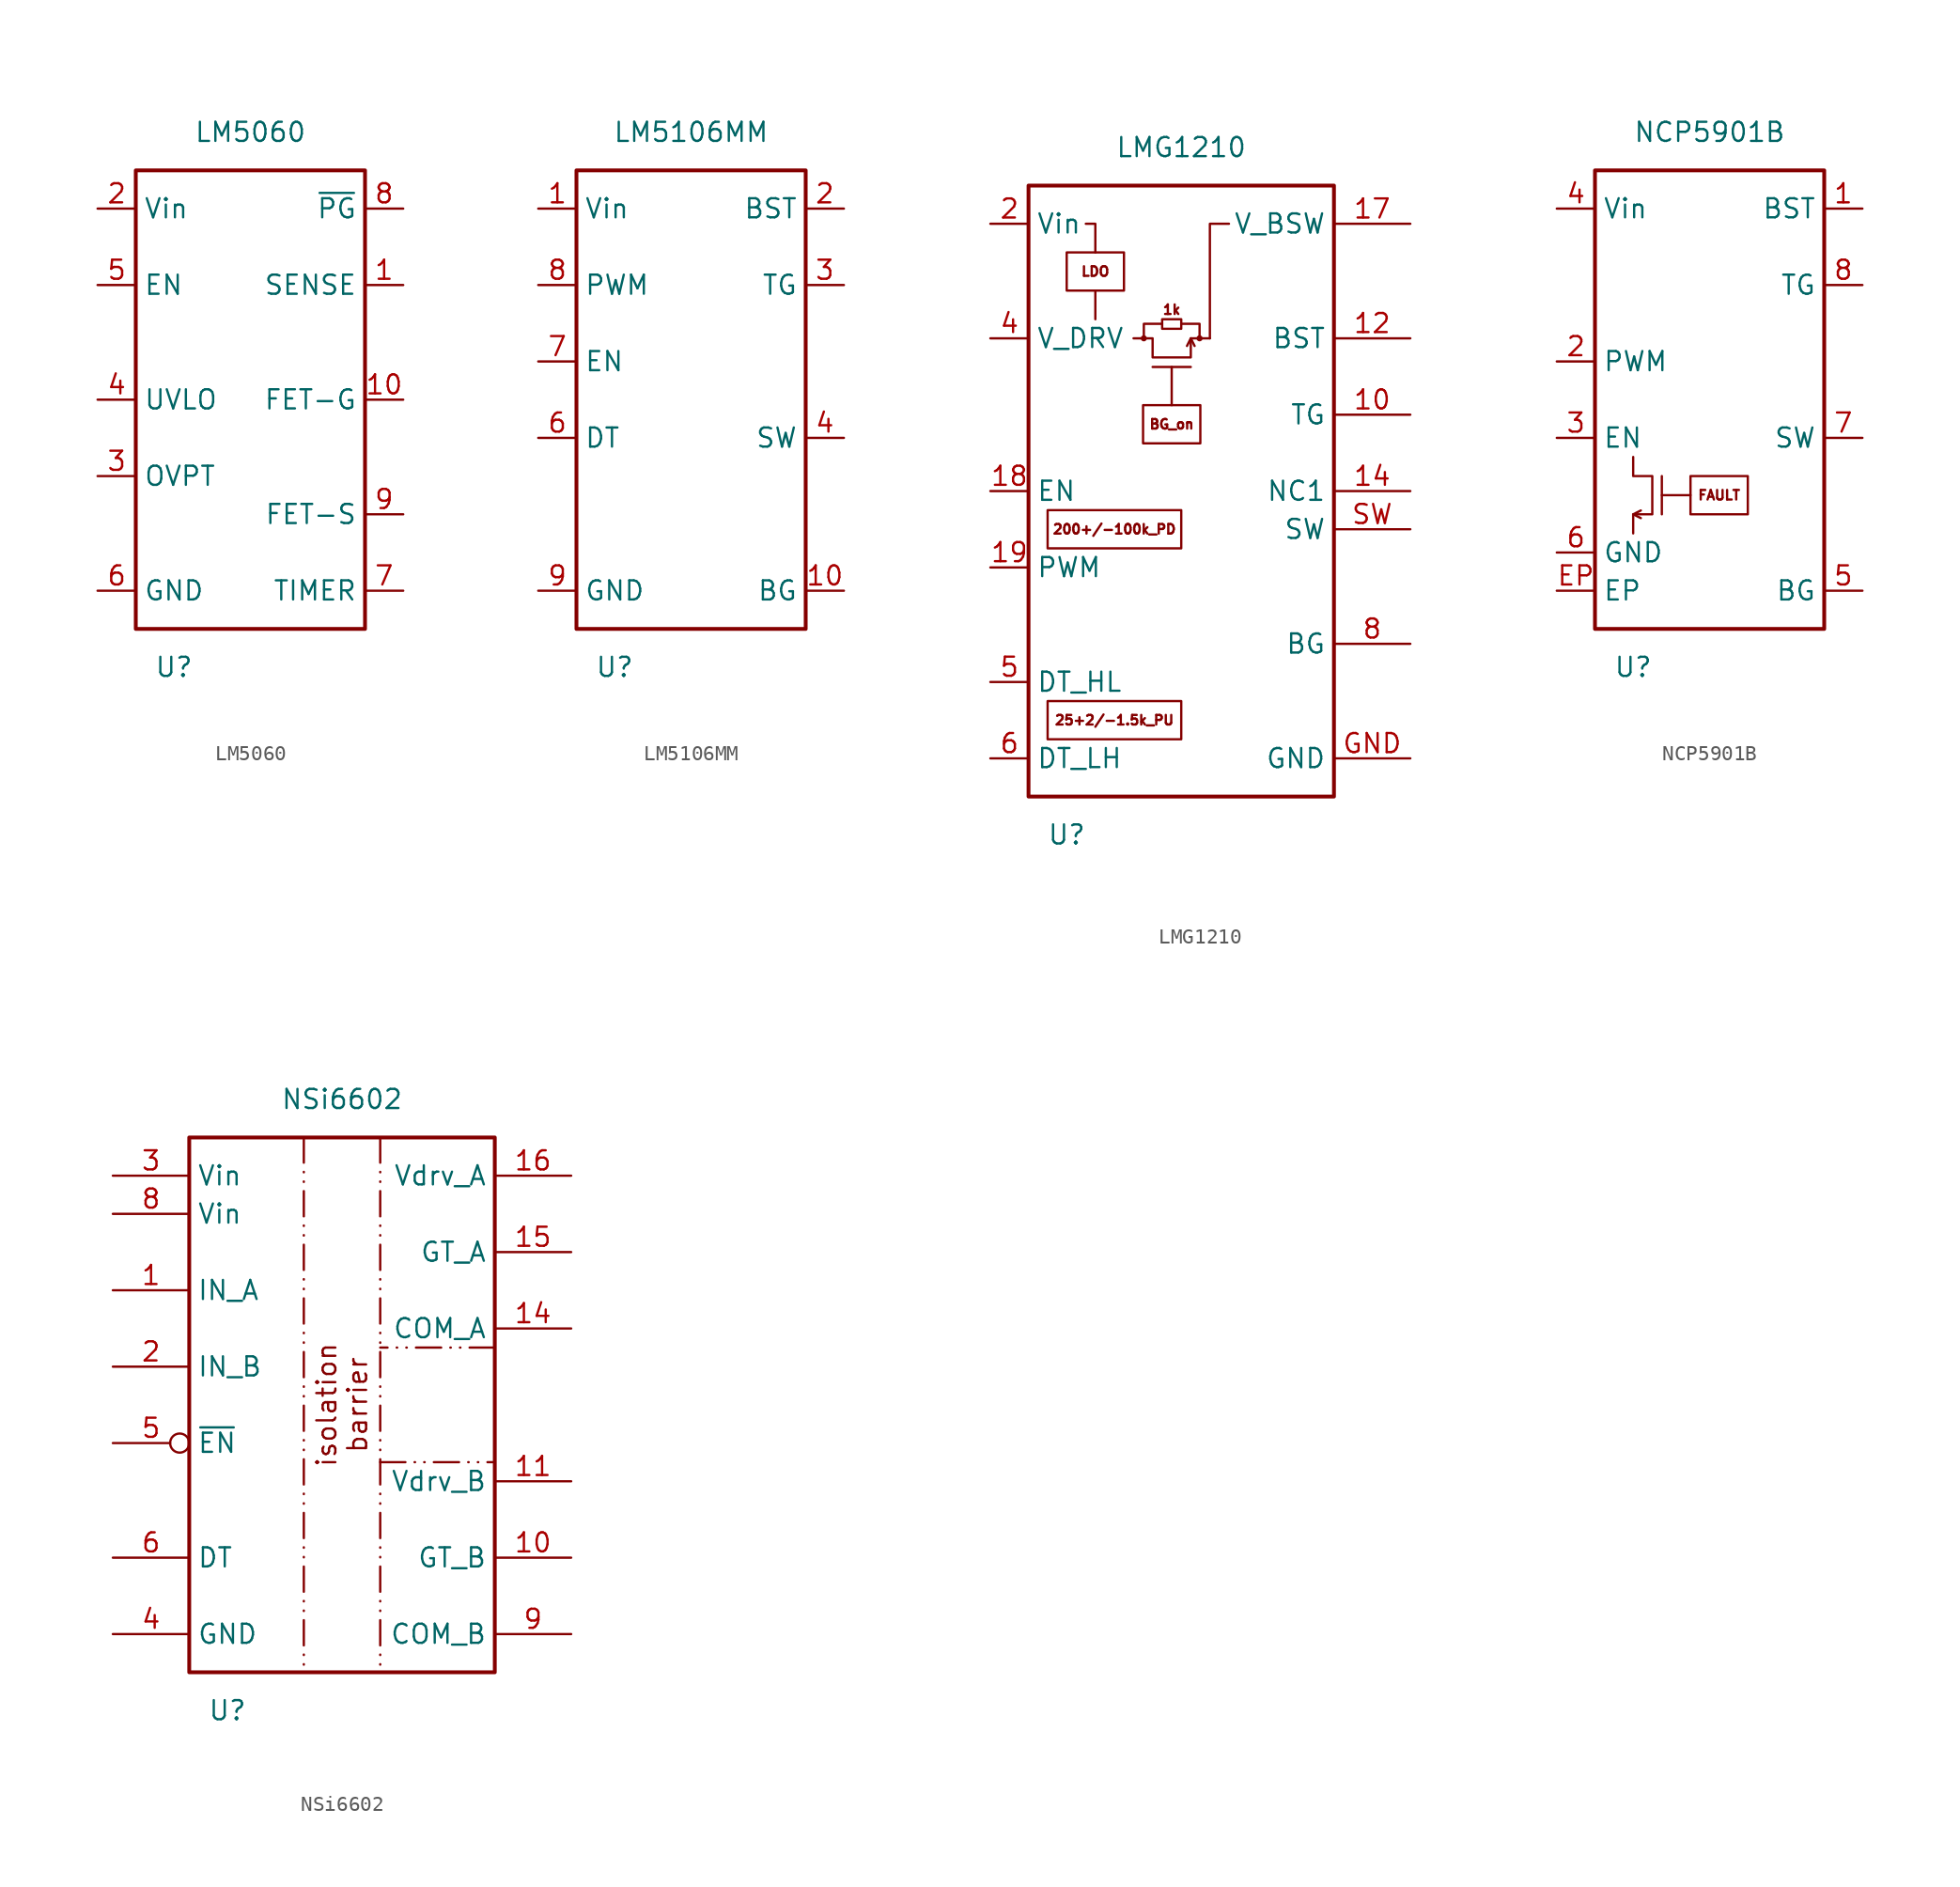
<source format=kicad_sym>
(kicad_symbol_lib
  (version 20220914)
  (generator kicad_symbol_editor)
  (symbol "LM5060"
    (property "Reference" "U"
      (at -5.08 -17.78 0)
      (effects (font (size 1.27 1.27))))
    (property "Value" "LM5060"
      (at 0 17.78 0)
      (effects (font (size 1.27 1.27))))
    (symbol "LM5060_1_1"
      (rectangle (start -7.62 15.24) (end 7.62 -15.24) (stroke (width 0.254) (type default)) (fill (type none)))
      (pin input line (at 10.16 7.62 180) (length 2.54) (name "SENSE" (effects (font (size 1.27 1.27)))) (number "1" (effects (font (size 1.27 1.27)))))
      (pin output line (at 10.16 0 180) (length 2.54) (name "FET-G" (effects (font (size 1.27 1.27)))) (number "10" (effects (font (size 1.27 1.27)))))
      (pin power_in line (at -10.16 12.7 0) (length 2.54) (name "Vin" (effects (font (size 1.27 1.27)))) (number "2" (effects (font (size 1.27 1.27)))))
      (pin input line (at -10.16 -5.08 0) (length 2.54) (name "OVPT" (effects (font (size 1.27 1.27)))) (number "3" (effects (font (size 1.27 1.27)))))
      (pin input line (at -10.16 0 0) (length 2.54) (name "UVLO" (effects (font (size 1.27 1.27)))) (number "4" (effects (font (size 1.27 1.27)))))
      (pin input line (at -10.16 7.62 0) (length 2.54) (name "EN" (effects (font (size 1.27 1.27)))) (number "5" (effects (font (size 1.27 1.27)))))
      (pin power_in line (at -10.16 -12.7 0) (length 2.54) (name "GND" (effects (font (size 1.27 1.27)))) (number "6" (effects (font (size 1.27 1.27)))))
      (pin bidirectional line (at 10.16 -12.7 180) (length 2.54) (name "TIMER" (effects (font (size 1.27 1.27)))) (number "7" (effects (font (size 1.27 1.27)))))
      (pin output line (at 10.16 12.7 180) (length 2.54) (name "~{PG}" (effects (font (size 1.27 1.27)))) (number "8" (effects (font (size 1.27 1.27)))))
      (pin input line (at 10.16 -7.62 180) (length 2.54) (name "FET-S" (effects (font (size 1.27 1.27)))) (number "9" (effects (font (size 1.27 1.27)))))))
  (symbol "LM5106MM"
    (property "Reference" "U"
      (at -5.08 -17.78 0)
      (effects (font (size 1.27 1.27))))
    (property "Value" "LM5106MM"
      (at 0 17.78 0)
      (effects (font (size 1.27 1.27))))
    (symbol "LM5106MM_1_1"
      (rectangle (start -7.62 15.24) (end 7.62 -15.24) (stroke (width 0.254) (type default)) (fill (type none)))
      (pin power_in line (at -10.16 12.7 0) (length 2.54) (name "Vin" (effects (font (size 1.27 1.27)))) (number "1" (effects (font (size 1.27 1.27)))))
      (pin output line (at 10.16 -12.7 180) (length 2.54) (name "BG" (effects (font (size 1.27 1.27)))) (number "10" (effects (font (size 1.27 1.27)))))
      (pin power_in line (at 10.16 12.7 180) (length 2.54) (name "BST" (effects (font (size 1.27 1.27)))) (number "2" (effects (font (size 1.27 1.27)))))
      (pin output line (at 10.16 7.62 180) (length 2.54) (name "TG" (effects (font (size 1.27 1.27)))) (number "3" (effects (font (size 1.27 1.27)))))
      (pin power_in line (at 10.16 -2.54 180) (length 2.54) (name "SW" (effects (font (size 1.27 1.27)))) (number "4" (effects (font (size 1.27 1.27)))))
      (pin no_connect line (at -10.16 -7.62 0) (length 2.54) hide (name "NC" (effects (font (size 1.27 1.27)))) (number "5" (effects (font (size 1.27 1.27)))))
      (pin input line (at -10.16 -2.54 0) (length 2.54) (name "DT" (effects (font (size 1.27 1.27)))) (number "6" (effects (font (size 1.27 1.27)))))
      (pin input line (at -10.16 2.54 0) (length 2.54) (name "EN" (effects (font (size 1.27 1.27)))) (number "7" (effects (font (size 1.27 1.27)))))
      (pin input line (at -10.16 7.62 0) (length 2.54) (name "PWM" (effects (font (size 1.27 1.27)))) (number "8" (effects (font (size 1.27 1.27)))))
      (pin power_in line (at -10.16 -12.7 0) (length 2.54) (name "GND" (effects (font (size 1.27 1.27)))) (number "9" (effects (font (size 1.27 1.27)))))))
  (symbol "LMG1210"
    (property "Reference" "U"
      (at -7.62 -22.86 0)
      (effects (font (size 1.27 1.27))))
    (property "Value" "LMG1210"
      (at 0 22.86 0)
      (effects (font (size 1.27 1.27))))
    (symbol "LMG1210_0_0"
      (polyline (pts (xy -1.905 8.255) (xy 0.635 8.255)) (stroke (width 0) (type default)) (fill (type none)))
      (polyline (pts (xy 0.381 9.652) (xy 0.635 10.16) (xy 0.889 9.652)) (stroke (width 0) (type default)) (fill (type none)))
      (polyline (pts (xy 1.905 10.16) (xy 1.905 17.78) (xy 3.175 17.78)) (stroke (width 0) (type default)) (fill (type none)))
      (polyline (pts (xy -3.175 10.16) (xy -1.905 10.16) (xy -1.905 8.89) (xy 0.635 8.89) (xy 0.635 10.16) (xy 1.905 10.16)) (stroke (width 0) (type default)) (fill (type none)))
      (text_box "200+/-100k_PD" (at -8.89 -1.27 0) (size 8.89 -2.54) (stroke (width 0) (type default)) (fill (type none)) (effects (font (size 0.635 0.635))))
      (text_box "25+2/-1.5k_PU" (at -8.89 -13.97 0) (size 8.89 -2.54) (stroke (width 0) (type default)) (fill (type none)) (effects (font (size 0.635 0.635))))
      (text_box "BG_on" (at -2.54 5.715 0) (size 3.81 -2.54) (stroke (width 0) (type default)) (fill (type none)) (effects (font (size 0.635 0.635))))
      (text_box "LDO" (at -7.62 15.875 0) (size 3.81 -2.54) (stroke (width 0) (type default)) (fill (type none)) (effects (font (size 0.635 0.635)))))
    (symbol "LMG1210_1_0"
      (rectangle (start -1.27 11.43) (end 0 10.795) (stroke (width 0) (type default)) (fill (type none)))
      (polyline (pts (xy -5.715 13.335) (xy -5.715 11.43)) (stroke (width 0) (type default)) (fill (type none)))
      (polyline (pts (xy -0.635 5.715) (xy -0.635 8.255)) (stroke (width 0) (type default)) (fill (type none)))
      (polyline (pts (xy -6.35 17.78) (xy -5.715 17.78) (xy -5.715 15.875)) (stroke (width 0) (type default)) (fill (type none)))
      (polyline (pts (xy -1.27 11.125) (xy -2.489 11.125) (xy -2.489 10.16)) (stroke (width 0) (type default)) (fill (type none)))
      (polyline (pts (xy 0 11.125) (xy 1.219 11.125) (xy 1.219 10.16)) (stroke (width 0) (type default)) (fill (type none))))
    (symbol "LMG1210_1_1"
      (rectangle (start -10.16 20.32) (end 10.16 -20.32) (stroke (width 0.254) (type default)) (fill (type none)))
      (circle (center -2.489 10.16) (radius 0.127) (stroke (width 0) (type default)) (fill (type outline)))
      (circle (center 1.219 10.16) (radius 0.127) (stroke (width 0) (type default)) (fill (type outline)))
      (text "1k" (at -0.635 12.065 0) (effects (font (size 0.635 0.635))))
      (pin no_connect line (at 0 -22.86 90) (length 2.54) hide (name "NC" (effects (font (size 1.27 1.27)))) (number "1" (effects (font (size 1.27 1.27)))))
      (pin output line (at 15.24 5.08 180) (length 5.08) (name "TG" (effects (font (size 1.27 1.27)))) (number "10" (effects (font (size 1.27 1.27)))))
      (pin no_connect line (at 2.54 -22.86 90) (length 2.54) hide (name "NC" (effects (font (size 1.27 1.27)))) (number "11" (effects (font (size 1.27 1.27)))))
      (pin passive line (at 15.24 10.16 180) (length 5.08) (name "BST" (effects (font (size 1.27 1.27)))) (number "12" (effects (font (size 1.27 1.27)))))
      (pin passive line (at 15.24 0 180) (length 5.08) (name "NC1" (effects (font (size 1.27 1.27)))) (number "14" (effects (font (size 1.27 1.27)))))
      (pin no_connect line (at 5.08 -22.86 90) (length 2.54) hide (name "NC" (effects (font (size 1.27 1.27)))) (number "15" (effects (font (size 1.27 1.27)))))
      (pin power_out line (at 15.24 17.78 180) (length 5.08) (name "V_BSW" (effects (font (size 1.27 1.27)))) (number "17" (effects (font (size 1.27 1.27)))))
      (pin input line (at -12.7 0 0) (length 2.54) (name "EN" (effects (font (size 1.27 1.27)))) (number "18" (effects (font (size 1.27 1.27)))) (alternate "H_IN" input line))
      (pin input line (at -12.7 -5.08 0) (length 2.54) (name "PWM" (effects (font (size 1.27 1.27)))) (number "19" (effects (font (size 1.27 1.27)))) (alternate "L_IN" input line))
      (pin power_in line (at -12.7 17.78 0) (length 2.54) (name "Vin" (effects (font (size 1.27 1.27)))) (number "2" (effects (font (size 1.27 1.27)))))
      (pin power_out line (at -12.7 10.16 0) (length 2.54) (name "V_DRV" (effects (font (size 1.27 1.27)))) (number "4" (effects (font (size 1.27 1.27)))))
      (pin passive line (at -12.7 -12.7 0) (length 2.54) (name "DT_HL" (effects (font (size 1.27 1.27)))) (number "5" (effects (font (size 1.27 1.27)))))
      (pin passive line (at -12.7 -17.78 0) (length 2.54) (name "DT_LH" (effects (font (size 1.27 1.27)))) (number "6" (effects (font (size 1.27 1.27)))))
      (pin output line (at 15.24 -10.16 180) (length 5.08) (name "BG" (effects (font (size 1.27 1.27)))) (number "8" (effects (font (size 1.27 1.27)))))
      (pin power_in line (at 15.24 -17.78 180) (length 5.08) (name "GND" (effects (font (size 1.27 1.27)))) (number "GND" (effects (font (size 1.27 1.27)))))
      (pin passive line (at 15.24 -2.54 180) (length 5.08) (name "SW" (effects (font (size 1.27 1.27)))) (number "SW" (effects (font (size 1.27 1.27)))))))
  (symbol "NCP5901B"
    (property "Reference" "U"
      (at -5.08 -22.86 0)
      (effects (font (size 1.27 1.27))))
    (property "Value" "NCP5901B"
      (at 0 12.7 0)
      (effects (font (size 1.27 1.27))))
    (symbol "NCP5901B_0_0"
      (polyline (pts (xy -3.175 -11.43) (xy -1.27 -11.43)) (stroke (width 0) (type default)) (fill (type none)))
      (polyline (pts (xy -3.175 -10.16) (xy -3.175 -12.7)) (stroke (width 0) (type default)) (fill (type none)))
      (polyline (pts (xy -4.572 -12.446) (xy -5.08 -12.7) (xy -4.572 -12.954)) (stroke (width 0) (type default)) (fill (type none)))
      (polyline (pts (xy -5.08 -8.89) (xy -5.08 -10.16) (xy -3.81 -10.16) (xy -3.81 -12.7) (xy -5.08 -12.7) (xy -5.08 -13.97)) (stroke (width 0) (type default)) (fill (type none)))
      (text_box "FAULT" (at -1.27 -10.16 0) (size 3.81 -2.54) (stroke (width 0) (type default)) (fill (type none)) (effects (font (size 0.635 0.635)))))
    (symbol "NCP5901B_1_1"
      (rectangle (start -7.62 10.16) (end 7.62 -20.32) (stroke (width 0.254) (type default)) (fill (type none)))
      (pin power_in line (at 10.16 7.62 180) (length 2.54) (name "BST" (effects (font (size 1.27 1.27)))) (number "1" (effects (font (size 1.27 1.27)))))
      (pin input line (at -10.16 -2.54 0) (length 2.54) (name "PWM" (effects (font (size 1.27 1.27)))) (number "2" (effects (font (size 1.27 1.27)))))
      (pin input line (at -10.16 -7.62 0) (length 2.54) (name "EN" (effects (font (size 1.27 1.27)))) (number "3" (effects (font (size 1.27 1.27)))))
      (pin power_in line (at -10.16 7.62 0) (length 2.54) (name "Vin" (effects (font (size 1.27 1.27)))) (number "4" (effects (font (size 1.27 1.27)))))
      (pin output line (at 10.16 -17.78 180) (length 2.54) (name "BG" (effects (font (size 1.27 1.27)))) (number "5" (effects (font (size 1.27 1.27)))))
      (pin power_in line (at -10.16 -15.24 0) (length 2.54) (name "GND" (effects (font (size 1.27 1.27)))) (number "6" (effects (font (size 1.27 1.27)))))
      (pin power_in line (at 10.16 -7.62 180) (length 2.54) (name "SW" (effects (font (size 1.27 1.27)))) (number "7" (effects (font (size 1.27 1.27)))))
      (pin output line (at 10.16 2.54 180) (length 2.54) (name "TG" (effects (font (size 1.27 1.27)))) (number "8" (effects (font (size 1.27 1.27)))))
      (pin power_in line (at -10.16 -17.78 0) (length 2.54) (name "EP" (effects (font (size 1.27 1.27)))) (number "EP" (effects (font (size 1.27 1.27)))))))
  (symbol "NSi6602"
    (property "Reference" "U"
      (at -7.62 -20.32 0)
      (effects (font (size 1.27 1.27))))
    (property "Value" "NSi6602"
      (at 0 20.32 0)
      (effects (font (size 1.27 1.27))))
    (symbol "NSi6602_1_0"
      (pin no_connect line (at 15.24 0 180) (length 5.08) hide (name "NC" (effects (font (size 1.27 1.27)))) (number "12" (effects (font (size 1.27 1.27)))))
      (pin no_connect line (at 15.24 -2.54 180) (length 5.08) hide (name "NC" (effects (font (size 1.27 1.27)))) (number "13" (effects (font (size 1.27 1.27)))))
      (pin no_connect line (at 15.24 2.54 180) (length 5.08) hide (name "NC" (effects (font (size 1.27 1.27)))) (number "7" (effects (font (size 1.27 1.27))))))
    (symbol "NSi6602_1_1"
      (rectangle (start -10.16 17.78) (end 10.16 -17.78) (stroke (width 0.254) (type default)) (fill (type none)))
      (polyline (pts (xy -2.54 17.78) (xy -2.54 -17.78)) (stroke (width 0) (type dash_dot_dot)) (fill (type none)))
      (polyline (pts (xy 2.54 -3.81) (xy 10.16 -3.81)) (stroke (width 0) (type dash_dot_dot)) (fill (type none)))
      (polyline (pts (xy 2.54 17.78) (xy 2.54 -17.78)) (stroke (width 0) (type dash_dot_dot)) (fill (type none)))
      (polyline (pts (xy 10.16 3.81) (xy 2.54 3.81)) (stroke (width 0) (type dash_dot_dot)) (fill (type none)))
      (text "isolation\nbarrier" (at 0 0 900) (effects (font (size 1.27 1.27))))
      (pin input line (at -15.24 7.62 0) (length 5.08) (name "IN_A" (effects (font (size 1.27 1.27)))) (number "1" (effects (font (size 1.27 1.27)))))
      (pin output line (at 15.24 -10.16 180) (length 5.08) (name "GT_B" (effects (font (size 1.27 1.27)))) (number "10" (effects (font (size 1.27 1.27)))))
      (pin power_in line (at 15.24 -5.08 180) (length 5.08) (name "Vdrv_B" (effects (font (size 1.27 1.27)))) (number "11" (effects (font (size 1.27 1.27)))))
      (pin power_in line (at 15.24 5.08 180) (length 5.08) (name "COM_A" (effects (font (size 1.27 1.27)))) (number "14" (effects (font (size 1.27 1.27)))))
      (pin output line (at 15.24 10.16 180) (length 5.08) (name "GT_A" (effects (font (size 1.27 1.27)))) (number "15" (effects (font (size 1.27 1.27)))))
      (pin power_in line (at 15.24 15.24 180) (length 5.08) (name "Vdrv_A" (effects (font (size 1.27 1.27)))) (number "16" (effects (font (size 1.27 1.27)))))
      (pin input line (at -15.24 2.54 0) (length 5.08) (name "IN_B" (effects (font (size 1.27 1.27)))) (number "2" (effects (font (size 1.27 1.27)))))
      (pin power_in line (at -15.24 15.24 0) (length 5.08) (name "Vin" (effects (font (size 1.27 1.27)))) (number "3" (effects (font (size 1.27 1.27)))))
      (pin power_in line (at -15.24 -15.24 0) (length 5.08) (name "GND" (effects (font (size 1.27 1.27)))) (number "4" (effects (font (size 1.27 1.27)))))
      (pin input inverted (at -15.24 -2.54 0) (length 5.08) (name "~{EN}" (effects (font (size 1.27 1.27)))) (number "5" (effects (font (size 1.27 1.27)))))
      (pin input line (at -15.24 -10.16 0) (length 5.08) (name "DT" (effects (font (size 1.27 1.27)))) (number "6" (effects (font (size 1.27 1.27)))))
      (pin power_in line (at -15.24 12.7 0) (length 5.08) (name "Vin" (effects (font (size 1.27 1.27)))) (number "8" (effects (font (size 1.27 1.27)))))
      (pin power_in line (at 15.24 -15.24 180) (length 5.08) (name "COM_B" (effects (font (size 1.27 1.27)))) (number "9" (effects (font (size 1.27 1.27))))))))
</source>
